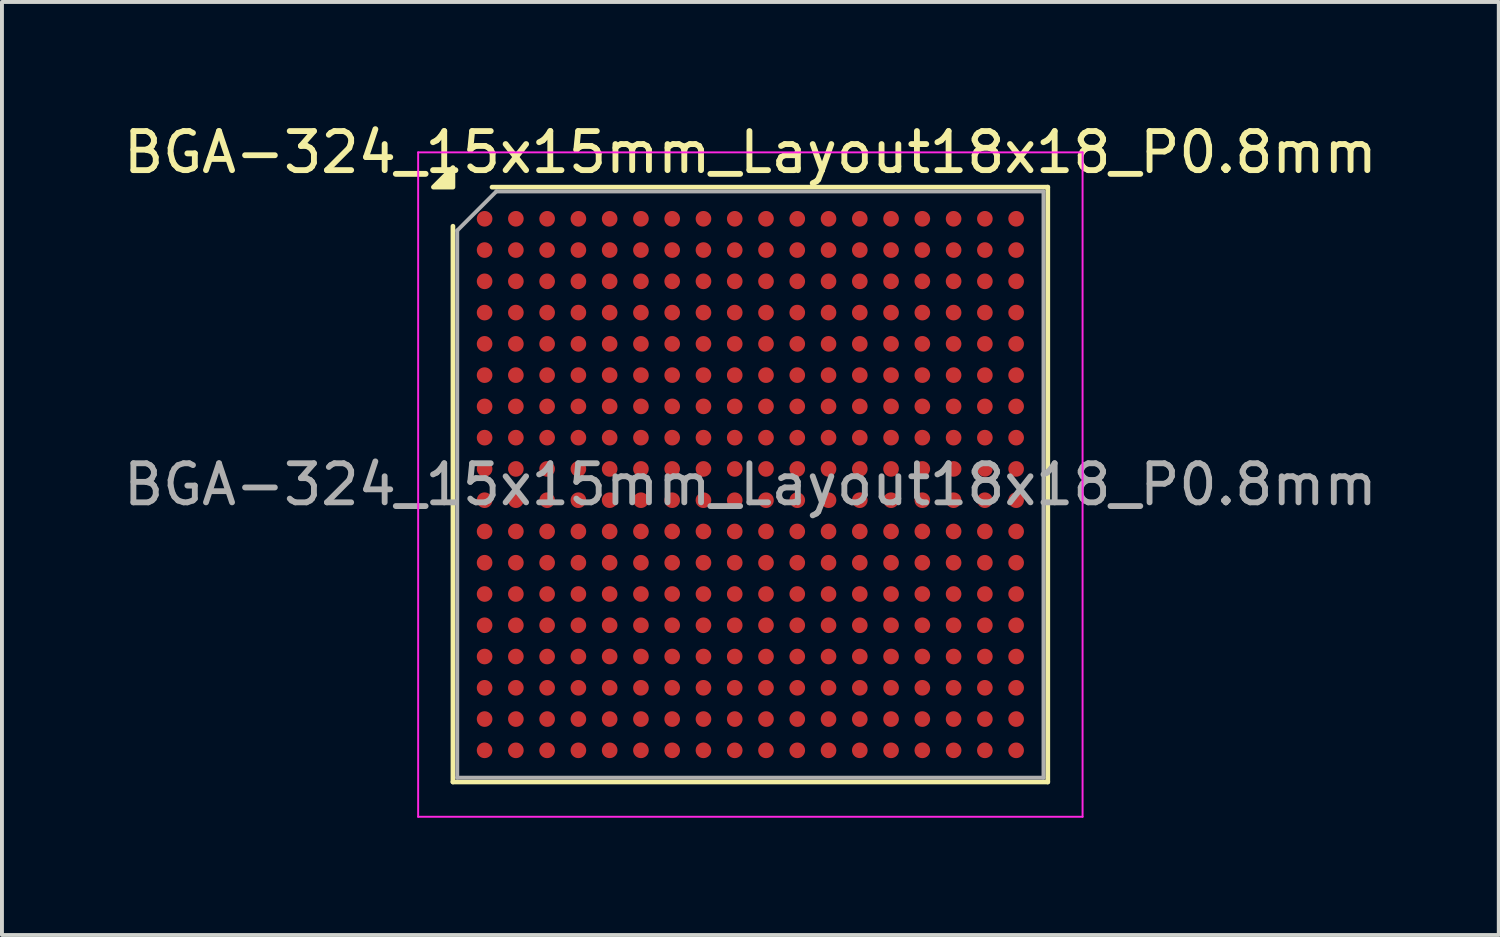
<source format=kicad_pcb>
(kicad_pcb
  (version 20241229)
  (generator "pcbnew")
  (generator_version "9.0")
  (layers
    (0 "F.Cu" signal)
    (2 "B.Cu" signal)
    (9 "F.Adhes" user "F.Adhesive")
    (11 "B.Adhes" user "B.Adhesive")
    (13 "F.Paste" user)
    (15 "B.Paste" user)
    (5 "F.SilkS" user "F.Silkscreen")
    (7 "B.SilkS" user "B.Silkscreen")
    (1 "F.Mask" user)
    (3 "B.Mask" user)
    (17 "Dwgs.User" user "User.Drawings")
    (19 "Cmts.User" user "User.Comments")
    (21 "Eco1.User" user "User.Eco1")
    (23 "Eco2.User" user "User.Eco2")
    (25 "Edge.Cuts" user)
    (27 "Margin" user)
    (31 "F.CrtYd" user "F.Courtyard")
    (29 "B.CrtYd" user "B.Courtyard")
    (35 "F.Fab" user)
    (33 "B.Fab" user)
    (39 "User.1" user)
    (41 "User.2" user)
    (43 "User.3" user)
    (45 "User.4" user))
  (footprint "BGA-324_15x15mm_Layout18x18_P0.8mm"
    (layer "F.Cu")
    (at 16.149 9.348)
    (property "Reference" "BGA-324_15x15mm_Layout18x18_P0.8mm" (at 0 -8.5 0) (layer "F.SilkS") (effects (font (size 1 1) (thickness 0.15))))
    (attr smd)
    (fp_line (start -7.61 7.61) (end -7.61 -6.61) (stroke (width 0.12) (type solid)) (layer "F.SilkS"))
    (fp_line (start -6.61 -7.61) (end 7.61 -7.61) (stroke (width 0.12) (type solid)) (layer "F.SilkS"))
    (fp_line (start 7.61 -7.61) (end 7.61 7.61) (stroke (width 0.12) (type solid)) (layer "F.SilkS"))
    (fp_line (start 7.61 7.61) (end -7.61 7.61) (stroke (width 0.12) (type solid)) (layer "F.SilkS"))
    (fp_poly (pts (xy -7.61 -7.61) (xy -8.11 -7.61) (xy -7.61 -8.11)) (stroke (width 0.12) (type solid)) (fill yes) (layer "F.SilkS"))
    (fp_line (start -8.5 -8.5) (end -8.5 8.5) (stroke (width 0.05) (type solid)) (layer "F.CrtYd"))
    (fp_line (start -8.5 8.5) (end 8.5 8.5) (stroke (width 0.05) (type solid)) (layer "F.CrtYd"))
    (fp_line (start 8.5 -8.5) (end -8.5 -8.5) (stroke (width 0.05) (type solid)) (layer "F.CrtYd"))
    (fp_line (start 8.5 8.5) (end 8.5 -8.5) (stroke (width 0.05) (type solid)) (layer "F.CrtYd"))
    (fp_line (start -7.5 -6.5) (end -6.5 -7.5) (stroke (width 0.1) (type solid)) (layer "F.Fab"))
    (fp_line (start -7.5 7.5) (end -7.5 -6.5) (stroke (width 0.1) (type solid)) (layer "F.Fab"))
    (fp_line (start -6.5 -7.5) (end 7.5 -7.5) (stroke (width 0.1) (type solid)) (layer "F.Fab"))
    (fp_line (start 7.5 -7.5) (end 7.5 7.5) (stroke (width 0.1) (type solid)) (layer "F.Fab"))
    (fp_line (start 7.5 7.5) (end -7.5 7.5) (stroke (width 0.1) (type solid)) (layer "F.Fab"))
    (fp_text user "${REFERENCE}" (at 0 0 0) (layer "F.Fab") (effects (font (size 1 1) (thickness 0.15))))
    (pad "A1" smd circle (at -6.8 -6.8) (size 0.4 0.4) (property pad_prop_bga) (layers "F.Cu" "F.Mask" "F.Paste"))
    (pad "A2" smd circle (at -6 -6.8) (size 0.4 0.4) (property pad_prop_bga) (layers "F.Cu" "F.Mask" "F.Paste"))
    (pad "A3" smd circle (at -5.2 -6.8) (size 0.4 0.4) (property pad_prop_bga) (layers "F.Cu" "F.Mask" "F.Paste"))
    (pad "A4" smd circle (at -4.4 -6.8) (size 0.4 0.4) (property pad_prop_bga) (layers "F.Cu" "F.Mask" "F.Paste"))
    (pad "A5" smd circle (at -3.6 -6.8) (size 0.4 0.4) (property pad_prop_bga) (layers "F.Cu" "F.Mask" "F.Paste"))
    (pad "A6" smd circle (at -2.8 -6.8) (size 0.4 0.4) (property pad_prop_bga) (layers "F.Cu" "F.Mask" "F.Paste"))
    (pad "A7" smd circle (at -2 -6.8) (size 0.4 0.4) (property pad_prop_bga) (layers "F.Cu" "F.Mask" "F.Paste"))
    (pad "A8" smd circle (at -1.2 -6.8) (size 0.4 0.4) (property pad_prop_bga) (layers "F.Cu" "F.Mask" "F.Paste"))
    (pad "A9" smd circle (at -0.4 -6.8) (size 0.4 0.4) (property pad_prop_bga) (layers "F.Cu" "F.Mask" "F.Paste"))
    (pad "A10" smd circle (at 0.4 -6.8) (size 0.4 0.4) (property pad_prop_bga) (layers "F.Cu" "F.Mask" "F.Paste"))
    (pad "A11" smd circle (at 1.2 -6.8) (size 0.4 0.4) (property pad_prop_bga) (layers "F.Cu" "F.Mask" "F.Paste"))
    (pad "A12" smd circle (at 2 -6.8) (size 0.4 0.4) (property pad_prop_bga) (layers "F.Cu" "F.Mask" "F.Paste"))
    (pad "A13" smd circle (at 2.8 -6.8) (size 0.4 0.4) (property pad_prop_bga) (layers "F.Cu" "F.Mask" "F.Paste"))
    (pad "A14" smd circle (at 3.6 -6.8) (size 0.4 0.4) (property pad_prop_bga) (layers "F.Cu" "F.Mask" "F.Paste"))
    (pad "A15" smd circle (at 4.4 -6.8) (size 0.4 0.4) (property pad_prop_bga) (layers "F.Cu" "F.Mask" "F.Paste"))
    (pad "A16" smd circle (at 5.2 -6.8) (size 0.4 0.4) (property pad_prop_bga) (layers "F.Cu" "F.Mask" "F.Paste"))
    (pad "A17" smd circle (at 6 -6.8) (size 0.4 0.4) (property pad_prop_bga) (layers "F.Cu" "F.Mask" "F.Paste"))
    (pad "A18" smd circle (at 6.8 -6.8) (size 0.4 0.4) (property pad_prop_bga) (layers "F.Cu" "F.Mask" "F.Paste"))
    (pad "B1" smd circle (at -6.8 -6) (size 0.4 0.4) (property pad_prop_bga) (layers "F.Cu" "F.Mask" "F.Paste"))
    (pad "B2" smd circle (at -6 -6) (size 0.4 0.4) (property pad_prop_bga) (layers "F.Cu" "F.Mask" "F.Paste"))
    (pad "B3" smd circle (at -5.2 -6) (size 0.4 0.4) (property pad_prop_bga) (layers "F.Cu" "F.Mask" "F.Paste"))
    (pad "B4" smd circle (at -4.4 -6) (size 0.4 0.4) (property pad_prop_bga) (layers "F.Cu" "F.Mask" "F.Paste"))
    (pad "B5" smd circle (at -3.6 -6) (size 0.4 0.4) (property pad_prop_bga) (layers "F.Cu" "F.Mask" "F.Paste"))
    (pad "B6" smd circle (at -2.8 -6) (size 0.4 0.4) (property pad_prop_bga) (layers "F.Cu" "F.Mask" "F.Paste"))
    (pad "B7" smd circle (at -2 -6) (size 0.4 0.4) (property pad_prop_bga) (layers "F.Cu" "F.Mask" "F.Paste"))
    (pad "B8" smd circle (at -1.2 -6) (size 0.4 0.4) (property pad_prop_bga) (layers "F.Cu" "F.Mask" "F.Paste"))
    (pad "B9" smd circle (at -0.4 -6) (size 0.4 0.4) (property pad_prop_bga) (layers "F.Cu" "F.Mask" "F.Paste"))
    (pad "B10" smd circle (at 0.4 -6) (size 0.4 0.4) (property pad_prop_bga) (layers "F.Cu" "F.Mask" "F.Paste"))
    (pad "B11" smd circle (at 1.2 -6) (size 0.4 0.4) (property pad_prop_bga) (layers "F.Cu" "F.Mask" "F.Paste"))
    (pad "B12" smd circle (at 2 -6) (size 0.4 0.4) (property pad_prop_bga) (layers "F.Cu" "F.Mask" "F.Paste"))
    (pad "B13" smd circle (at 2.8 -6) (size 0.4 0.4) (property pad_prop_bga) (layers "F.Cu" "F.Mask" "F.Paste"))
    (pad "B14" smd circle (at 3.6 -6) (size 0.4 0.4) (property pad_prop_bga) (layers "F.Cu" "F.Mask" "F.Paste"))
    (pad "B15" smd circle (at 4.4 -6) (size 0.4 0.4) (property pad_prop_bga) (layers "F.Cu" "F.Mask" "F.Paste"))
    (pad "B16" smd circle (at 5.2 -6) (size 0.4 0.4) (property pad_prop_bga) (layers "F.Cu" "F.Mask" "F.Paste"))
    (pad "B17" smd circle (at 6 -6) (size 0.4 0.4) (property pad_prop_bga) (layers "F.Cu" "F.Mask" "F.Paste"))
    (pad "B18" smd circle (at 6.8 -6) (size 0.4 0.4) (property pad_prop_bga) (layers "F.Cu" "F.Mask" "F.Paste"))
    (pad "C1" smd circle (at -6.8 -5.2) (size 0.4 0.4) (property pad_prop_bga) (layers "F.Cu" "F.Mask" "F.Paste"))
    (pad "C2" smd circle (at -6 -5.2) (size 0.4 0.4) (property pad_prop_bga) (layers "F.Cu" "F.Mask" "F.Paste"))
    (pad "C3" smd circle (at -5.2 -5.2) (size 0.4 0.4) (property pad_prop_bga) (layers "F.Cu" "F.Mask" "F.Paste"))
    (pad "C4" smd circle (at -4.4 -5.2) (size 0.4 0.4) (property pad_prop_bga) (layers "F.Cu" "F.Mask" "F.Paste"))
    (pad "C5" smd circle (at -3.6 -5.2) (size 0.4 0.4) (property pad_prop_bga) (layers "F.Cu" "F.Mask" "F.Paste"))
    (pad "C6" smd circle (at -2.8 -5.2) (size 0.4 0.4) (property pad_prop_bga) (layers "F.Cu" "F.Mask" "F.Paste"))
    (pad "C7" smd circle (at -2 -5.2) (size 0.4 0.4) (property pad_prop_bga) (layers "F.Cu" "F.Mask" "F.Paste"))
    (pad "C8" smd circle (at -1.2 -5.2) (size 0.4 0.4) (property pad_prop_bga) (layers "F.Cu" "F.Mask" "F.Paste"))
    (pad "C9" smd circle (at -0.4 -5.2) (size 0.4 0.4) (property pad_prop_bga) (layers "F.Cu" "F.Mask" "F.Paste"))
    (pad "C10" smd circle (at 0.4 -5.2) (size 0.4 0.4) (property pad_prop_bga) (layers "F.Cu" "F.Mask" "F.Paste"))
    (pad "C11" smd circle (at 1.2 -5.2) (size 0.4 0.4) (property pad_prop_bga) (layers "F.Cu" "F.Mask" "F.Paste"))
    (pad "C12" smd circle (at 2 -5.2) (size 0.4 0.4) (property pad_prop_bga) (layers "F.Cu" "F.Mask" "F.Paste"))
    (pad "C13" smd circle (at 2.8 -5.2) (size 0.4 0.4) (property pad_prop_bga) (layers "F.Cu" "F.Mask" "F.Paste"))
    (pad "C14" smd circle (at 3.6 -5.2) (size 0.4 0.4) (property pad_prop_bga) (layers "F.Cu" "F.Mask" "F.Paste"))
    (pad "C15" smd circle (at 4.4 -5.2) (size 0.4 0.4) (property pad_prop_bga) (layers "F.Cu" "F.Mask" "F.Paste"))
    (pad "C16" smd circle (at 5.2 -5.2) (size 0.4 0.4) (property pad_prop_bga) (layers "F.Cu" "F.Mask" "F.Paste"))
    (pad "C17" smd circle (at 6 -5.2) (size 0.4 0.4) (property pad_prop_bga) (layers "F.Cu" "F.Mask" "F.Paste"))
    (pad "C18" smd circle (at 6.8 -5.2) (size 0.4 0.4) (property pad_prop_bga) (layers "F.Cu" "F.Mask" "F.Paste"))
    (pad "D1" smd circle (at -6.8 -4.4) (size 0.4 0.4) (property pad_prop_bga) (layers "F.Cu" "F.Mask" "F.Paste"))
    (pad "D2" smd circle (at -6 -4.4) (size 0.4 0.4) (property pad_prop_bga) (layers "F.Cu" "F.Mask" "F.Paste"))
    (pad "D3" smd circle (at -5.2 -4.4) (size 0.4 0.4) (property pad_prop_bga) (layers "F.Cu" "F.Mask" "F.Paste"))
    (pad "D4" smd circle (at -4.4 -4.4) (size 0.4 0.4) (property pad_prop_bga) (layers "F.Cu" "F.Mask" "F.Paste"))
    (pad "D5" smd circle (at -3.6 -4.4) (size 0.4 0.4) (property pad_prop_bga) (layers "F.Cu" "F.Mask" "F.Paste"))
    (pad "D6" smd circle (at -2.8 -4.4) (size 0.4 0.4) (property pad_prop_bga) (layers "F.Cu" "F.Mask" "F.Paste"))
    (pad "D7" smd circle (at -2 -4.4) (size 0.4 0.4) (property pad_prop_bga) (layers "F.Cu" "F.Mask" "F.Paste"))
    (pad "D8" smd circle (at -1.2 -4.4) (size 0.4 0.4) (property pad_prop_bga) (layers "F.Cu" "F.Mask" "F.Paste"))
    (pad "D9" smd circle (at -0.4 -4.4) (size 0.4 0.4) (property pad_prop_bga) (layers "F.Cu" "F.Mask" "F.Paste"))
    (pad "D10" smd circle (at 0.4 -4.4) (size 0.4 0.4) (property pad_prop_bga) (layers "F.Cu" "F.Mask" "F.Paste"))
    (pad "D11" smd circle (at 1.2 -4.4) (size 0.4 0.4) (property pad_prop_bga) (layers "F.Cu" "F.Mask" "F.Paste"))
    (pad "D12" smd circle (at 2 -4.4) (size 0.4 0.4) (property pad_prop_bga) (layers "F.Cu" "F.Mask" "F.Paste"))
    (pad "D13" smd circle (at 2.8 -4.4) (size 0.4 0.4) (property pad_prop_bga) (layers "F.Cu" "F.Mask" "F.Paste"))
    (pad "D14" smd circle (at 3.6 -4.4) (size 0.4 0.4) (property pad_prop_bga) (layers "F.Cu" "F.Mask" "F.Paste"))
    (pad "D15" smd circle (at 4.4 -4.4) (size 0.4 0.4) (property pad_prop_bga) (layers "F.Cu" "F.Mask" "F.Paste"))
    (pad "D16" smd circle (at 5.2 -4.4) (size 0.4 0.4) (property pad_prop_bga) (layers "F.Cu" "F.Mask" "F.Paste"))
    (pad "D17" smd circle (at 6 -4.4) (size 0.4 0.4) (property pad_prop_bga) (layers "F.Cu" "F.Mask" "F.Paste"))
    (pad "D18" smd circle (at 6.8 -4.4) (size 0.4 0.4) (property pad_prop_bga) (layers "F.Cu" "F.Mask" "F.Paste"))
    (pad "E1" smd circle (at -6.8 -3.6) (size 0.4 0.4) (property pad_prop_bga) (layers "F.Cu" "F.Mask" "F.Paste"))
    (pad "E2" smd circle (at -6 -3.6) (size 0.4 0.4) (property pad_prop_bga) (layers "F.Cu" "F.Mask" "F.Paste"))
    (pad "E3" smd circle (at -5.2 -3.6) (size 0.4 0.4) (property pad_prop_bga) (layers "F.Cu" "F.Mask" "F.Paste"))
    (pad "E4" smd circle (at -4.4 -3.6) (size 0.4 0.4) (property pad_prop_bga) (layers "F.Cu" "F.Mask" "F.Paste"))
    (pad "E5" smd circle (at -3.6 -3.6) (size 0.4 0.4) (property pad_prop_bga) (layers "F.Cu" "F.Mask" "F.Paste"))
    (pad "E6" smd circle (at -2.8 -3.6) (size 0.4 0.4) (property pad_prop_bga) (layers "F.Cu" "F.Mask" "F.Paste"))
    (pad "E7" smd circle (at -2 -3.6) (size 0.4 0.4) (property pad_prop_bga) (layers "F.Cu" "F.Mask" "F.Paste"))
    (pad "E8" smd circle (at -1.2 -3.6) (size 0.4 0.4) (property pad_prop_bga) (layers "F.Cu" "F.Mask" "F.Paste"))
    (pad "E9" smd circle (at -0.4 -3.6) (size 0.4 0.4) (property pad_prop_bga) (layers "F.Cu" "F.Mask" "F.Paste"))
    (pad "E10" smd circle (at 0.4 -3.6) (size 0.4 0.4) (property pad_prop_bga) (layers "F.Cu" "F.Mask" "F.Paste"))
    (pad "E11" smd circle (at 1.2 -3.6) (size 0.4 0.4) (property pad_prop_bga) (layers "F.Cu" "F.Mask" "F.Paste"))
    (pad "E12" smd circle (at 2 -3.6) (size 0.4 0.4) (property pad_prop_bga) (layers "F.Cu" "F.Mask" "F.Paste"))
    (pad "E13" smd circle (at 2.8 -3.6) (size 0.4 0.4) (property pad_prop_bga) (layers "F.Cu" "F.Mask" "F.Paste"))
    (pad "E14" smd circle (at 3.6 -3.6) (size 0.4 0.4) (property pad_prop_bga) (layers "F.Cu" "F.Mask" "F.Paste"))
    (pad "E15" smd circle (at 4.4 -3.6) (size 0.4 0.4) (property pad_prop_bga) (layers "F.Cu" "F.Mask" "F.Paste"))
    (pad "E16" smd circle (at 5.2 -3.6) (size 0.4 0.4) (property pad_prop_bga) (layers "F.Cu" "F.Mask" "F.Paste"))
    (pad "E17" smd circle (at 6 -3.6) (size 0.4 0.4) (property pad_prop_bga) (layers "F.Cu" "F.Mask" "F.Paste"))
    (pad "E18" smd circle (at 6.8 -3.6) (size 0.4 0.4) (property pad_prop_bga) (layers "F.Cu" "F.Mask" "F.Paste"))
    (pad "F1" smd circle (at -6.8 -2.8) (size 0.4 0.4) (property pad_prop_bga) (layers "F.Cu" "F.Mask" "F.Paste"))
    (pad "F2" smd circle (at -6 -2.8) (size 0.4 0.4) (property pad_prop_bga) (layers "F.Cu" "F.Mask" "F.Paste"))
    (pad "F3" smd circle (at -5.2 -2.8) (size 0.4 0.4) (property pad_prop_bga) (layers "F.Cu" "F.Mask" "F.Paste"))
    (pad "F4" smd circle (at -4.4 -2.8) (size 0.4 0.4) (property pad_prop_bga) (layers "F.Cu" "F.Mask" "F.Paste"))
    (pad "F5" smd circle (at -3.6 -2.8) (size 0.4 0.4) (property pad_prop_bga) (layers "F.Cu" "F.Mask" "F.Paste"))
    (pad "F6" smd circle (at -2.8 -2.8) (size 0.4 0.4) (property pad_prop_bga) (layers "F.Cu" "F.Mask" "F.Paste"))
    (pad "F7" smd circle (at -2 -2.8) (size 0.4 0.4) (property pad_prop_bga) (layers "F.Cu" "F.Mask" "F.Paste"))
    (pad "F8" smd circle (at -1.2 -2.8) (size 0.4 0.4) (property pad_prop_bga) (layers "F.Cu" "F.Mask" "F.Paste"))
    (pad "F9" smd circle (at -0.4 -2.8) (size 0.4 0.4) (property pad_prop_bga) (layers "F.Cu" "F.Mask" "F.Paste"))
    (pad "F10" smd circle (at 0.4 -2.8) (size 0.4 0.4) (property pad_prop_bga) (layers "F.Cu" "F.Mask" "F.Paste"))
    (pad "F11" smd circle (at 1.2 -2.8) (size 0.4 0.4) (property pad_prop_bga) (layers "F.Cu" "F.Mask" "F.Paste"))
    (pad "F12" smd circle (at 2 -2.8) (size 0.4 0.4) (property pad_prop_bga) (layers "F.Cu" "F.Mask" "F.Paste"))
    (pad "F13" smd circle (at 2.8 -2.8) (size 0.4 0.4) (property pad_prop_bga) (layers "F.Cu" "F.Mask" "F.Paste"))
    (pad "F14" smd circle (at 3.6 -2.8) (size 0.4 0.4) (property pad_prop_bga) (layers "F.Cu" "F.Mask" "F.Paste"))
    (pad "F15" smd circle (at 4.4 -2.8) (size 0.4 0.4) (property pad_prop_bga) (layers "F.Cu" "F.Mask" "F.Paste"))
    (pad "F16" smd circle (at 5.2 -2.8) (size 0.4 0.4) (property pad_prop_bga) (layers "F.Cu" "F.Mask" "F.Paste"))
    (pad "F17" smd circle (at 6 -2.8) (size 0.4 0.4) (property pad_prop_bga) (layers "F.Cu" "F.Mask" "F.Paste"))
    (pad "F18" smd circle (at 6.8 -2.8) (size 0.4 0.4) (property pad_prop_bga) (layers "F.Cu" "F.Mask" "F.Paste"))
    (pad "G1" smd circle (at -6.8 -2) (size 0.4 0.4) (property pad_prop_bga) (layers "F.Cu" "F.Mask" "F.Paste"))
    (pad "G2" smd circle (at -6 -2) (size 0.4 0.4) (property pad_prop_bga) (layers "F.Cu" "F.Mask" "F.Paste"))
    (pad "G3" smd circle (at -5.2 -2) (size 0.4 0.4) (property pad_prop_bga) (layers "F.Cu" "F.Mask" "F.Paste"))
    (pad "G4" smd circle (at -4.4 -2) (size 0.4 0.4) (property pad_prop_bga) (layers "F.Cu" "F.Mask" "F.Paste"))
    (pad "G5" smd circle (at -3.6 -2) (size 0.4 0.4) (property pad_prop_bga) (layers "F.Cu" "F.Mask" "F.Paste"))
    (pad "G6" smd circle (at -2.8 -2) (size 0.4 0.4) (property pad_prop_bga) (layers "F.Cu" "F.Mask" "F.Paste"))
    (pad "G7" smd circle (at -2 -2) (size 0.4 0.4) (property pad_prop_bga) (layers "F.Cu" "F.Mask" "F.Paste"))
    (pad "G8" smd circle (at -1.2 -2) (size 0.4 0.4) (property pad_prop_bga) (layers "F.Cu" "F.Mask" "F.Paste"))
    (pad "G9" smd circle (at -0.4 -2) (size 0.4 0.4) (property pad_prop_bga) (layers "F.Cu" "F.Mask" "F.Paste"))
    (pad "G10" smd circle (at 0.4 -2) (size 0.4 0.4) (property pad_prop_bga) (layers "F.Cu" "F.Mask" "F.Paste"))
    (pad "G11" smd circle (at 1.2 -2) (size 0.4 0.4) (property pad_prop_bga) (layers "F.Cu" "F.Mask" "F.Paste"))
    (pad "G12" smd circle (at 2 -2) (size 0.4 0.4) (property pad_prop_bga) (layers "F.Cu" "F.Mask" "F.Paste"))
    (pad "G13" smd circle (at 2.8 -2) (size 0.4 0.4) (property pad_prop_bga) (layers "F.Cu" "F.Mask" "F.Paste"))
    (pad "G14" smd circle (at 3.6 -2) (size 0.4 0.4) (property pad_prop_bga) (layers "F.Cu" "F.Mask" "F.Paste"))
    (pad "G15" smd circle (at 4.4 -2) (size 0.4 0.4) (property pad_prop_bga) (layers "F.Cu" "F.Mask" "F.Paste"))
    (pad "G16" smd circle (at 5.2 -2) (size 0.4 0.4) (property pad_prop_bga) (layers "F.Cu" "F.Mask" "F.Paste"))
    (pad "G17" smd circle (at 6 -2) (size 0.4 0.4) (property pad_prop_bga) (layers "F.Cu" "F.Mask" "F.Paste"))
    (pad "G18" smd circle (at 6.8 -2) (size 0.4 0.4) (property pad_prop_bga) (layers "F.Cu" "F.Mask" "F.Paste"))
    (pad "H1" smd circle (at -6.8 -1.2) (size 0.4 0.4) (property pad_prop_bga) (layers "F.Cu" "F.Mask" "F.Paste"))
    (pad "H2" smd circle (at -6 -1.2) (size 0.4 0.4) (property pad_prop_bga) (layers "F.Cu" "F.Mask" "F.Paste"))
    (pad "H3" smd circle (at -5.2 -1.2) (size 0.4 0.4) (property pad_prop_bga) (layers "F.Cu" "F.Mask" "F.Paste"))
    (pad "H4" smd circle (at -4.4 -1.2) (size 0.4 0.4) (property pad_prop_bga) (layers "F.Cu" "F.Mask" "F.Paste"))
    (pad "H5" smd circle (at -3.6 -1.2) (size 0.4 0.4) (property pad_prop_bga) (layers "F.Cu" "F.Mask" "F.Paste"))
    (pad "H6" smd circle (at -2.8 -1.2) (size 0.4 0.4) (property pad_prop_bga) (layers "F.Cu" "F.Mask" "F.Paste"))
    (pad "H7" smd circle (at -2 -1.2) (size 0.4 0.4) (property pad_prop_bga) (layers "F.Cu" "F.Mask" "F.Paste"))
    (pad "H8" smd circle (at -1.2 -1.2) (size 0.4 0.4) (property pad_prop_bga) (layers "F.Cu" "F.Mask" "F.Paste"))
    (pad "H9" smd circle (at -0.4 -1.2) (size 0.4 0.4) (property pad_prop_bga) (layers "F.Cu" "F.Mask" "F.Paste"))
    (pad "H10" smd circle (at 0.4 -1.2) (size 0.4 0.4) (property pad_prop_bga) (layers "F.Cu" "F.Mask" "F.Paste"))
    (pad "H11" smd circle (at 1.2 -1.2) (size 0.4 0.4) (property pad_prop_bga) (layers "F.Cu" "F.Mask" "F.Paste"))
    (pad "H12" smd circle (at 2 -1.2) (size 0.4 0.4) (property pad_prop_bga) (layers "F.Cu" "F.Mask" "F.Paste"))
    (pad "H13" smd circle (at 2.8 -1.2) (size 0.4 0.4) (property pad_prop_bga) (layers "F.Cu" "F.Mask" "F.Paste"))
    (pad "H14" smd circle (at 3.6 -1.2) (size 0.4 0.4) (property pad_prop_bga) (layers "F.Cu" "F.Mask" "F.Paste"))
    (pad "H15" smd circle (at 4.4 -1.2) (size 0.4 0.4) (property pad_prop_bga) (layers "F.Cu" "F.Mask" "F.Paste"))
    (pad "H16" smd circle (at 5.2 -1.2) (size 0.4 0.4) (property pad_prop_bga) (layers "F.Cu" "F.Mask" "F.Paste"))
    (pad "H17" smd circle (at 6 -1.2) (size 0.4 0.4) (property pad_prop_bga) (layers "F.Cu" "F.Mask" "F.Paste"))
    (pad "H18" smd circle (at 6.8 -1.2) (size 0.4 0.4) (property pad_prop_bga) (layers "F.Cu" "F.Mask" "F.Paste"))
    (pad "J1" smd circle (at -6.8 -0.4) (size 0.4 0.4) (property pad_prop_bga) (layers "F.Cu" "F.Mask" "F.Paste"))
    (pad "J2" smd circle (at -6 -0.4) (size 0.4 0.4) (property pad_prop_bga) (layers "F.Cu" "F.Mask" "F.Paste"))
    (pad "J3" smd circle (at -5.2 -0.4) (size 0.4 0.4) (property pad_prop_bga) (layers "F.Cu" "F.Mask" "F.Paste"))
    (pad "J4" smd circle (at -4.4 -0.4) (size 0.4 0.4) (property pad_prop_bga) (layers "F.Cu" "F.Mask" "F.Paste"))
    (pad "J5" smd circle (at -3.6 -0.4) (size 0.4 0.4) (property pad_prop_bga) (layers "F.Cu" "F.Mask" "F.Paste"))
    (pad "J6" smd circle (at -2.8 -0.4) (size 0.4 0.4) (property pad_prop_bga) (layers "F.Cu" "F.Mask" "F.Paste"))
    (pad "J7" smd circle (at -2 -0.4) (size 0.4 0.4) (property pad_prop_bga) (layers "F.Cu" "F.Mask" "F.Paste"))
    (pad "J8" smd circle (at -1.2 -0.4) (size 0.4 0.4) (property pad_prop_bga) (layers "F.Cu" "F.Mask" "F.Paste"))
    (pad "J9" smd circle (at -0.4 -0.4) (size 0.4 0.4) (property pad_prop_bga) (layers "F.Cu" "F.Mask" "F.Paste"))
    (pad "J10" smd circle (at 0.4 -0.4) (size 0.4 0.4) (property pad_prop_bga) (layers "F.Cu" "F.Mask" "F.Paste"))
    (pad "J11" smd circle (at 1.2 -0.4) (size 0.4 0.4) (property pad_prop_bga) (layers "F.Cu" "F.Mask" "F.Paste"))
    (pad "J12" smd circle (at 2 -0.4) (size 0.4 0.4) (property pad_prop_bga) (layers "F.Cu" "F.Mask" "F.Paste"))
    (pad "J13" smd circle (at 2.8 -0.4) (size 0.4 0.4) (property pad_prop_bga) (layers "F.Cu" "F.Mask" "F.Paste"))
    (pad "J14" smd circle (at 3.6 -0.4) (size 0.4 0.4) (property pad_prop_bga) (layers "F.Cu" "F.Mask" "F.Paste"))
    (pad "J15" smd circle (at 4.4 -0.4) (size 0.4 0.4) (property pad_prop_bga) (layers "F.Cu" "F.Mask" "F.Paste"))
    (pad "J16" smd circle (at 5.2 -0.4) (size 0.4 0.4) (property pad_prop_bga) (layers "F.Cu" "F.Mask" "F.Paste"))
    (pad "J17" smd circle (at 6 -0.4) (size 0.4 0.4) (property pad_prop_bga) (layers "F.Cu" "F.Mask" "F.Paste"))
    (pad "J18" smd circle (at 6.8 -0.4) (size 0.4 0.4) (property pad_prop_bga) (layers "F.Cu" "F.Mask" "F.Paste"))
    (pad "K1" smd circle (at -6.8 0.4) (size 0.4 0.4) (property pad_prop_bga) (layers "F.Cu" "F.Mask" "F.Paste"))
    (pad "K2" smd circle (at -6 0.4) (size 0.4 0.4) (property pad_prop_bga) (layers "F.Cu" "F.Mask" "F.Paste"))
    (pad "K3" smd circle (at -5.2 0.4) (size 0.4 0.4) (property pad_prop_bga) (layers "F.Cu" "F.Mask" "F.Paste"))
    (pad "K4" smd circle (at -4.4 0.4) (size 0.4 0.4) (property pad_prop_bga) (layers "F.Cu" "F.Mask" "F.Paste"))
    (pad "K5" smd circle (at -3.6 0.4) (size 0.4 0.4) (property pad_prop_bga) (layers "F.Cu" "F.Mask" "F.Paste"))
    (pad "K6" smd circle (at -2.8 0.4) (size 0.4 0.4) (property pad_prop_bga) (layers "F.Cu" "F.Mask" "F.Paste"))
    (pad "K7" smd circle (at -2 0.4) (size 0.4 0.4) (property pad_prop_bga) (layers "F.Cu" "F.Mask" "F.Paste"))
    (pad "K8" smd circle (at -1.2 0.4) (size 0.4 0.4) (property pad_prop_bga) (layers "F.Cu" "F.Mask" "F.Paste"))
    (pad "K9" smd circle (at -0.4 0.4) (size 0.4 0.4) (property pad_prop_bga) (layers "F.Cu" "F.Mask" "F.Paste"))
    (pad "K10" smd circle (at 0.4 0.4) (size 0.4 0.4) (property pad_prop_bga) (layers "F.Cu" "F.Mask" "F.Paste"))
    (pad "K11" smd circle (at 1.2 0.4) (size 0.4 0.4) (property pad_prop_bga) (layers "F.Cu" "F.Mask" "F.Paste"))
    (pad "K12" smd circle (at 2 0.4) (size 0.4 0.4) (property pad_prop_bga) (layers "F.Cu" "F.Mask" "F.Paste"))
    (pad "K13" smd circle (at 2.8 0.4) (size 0.4 0.4) (property pad_prop_bga) (layers "F.Cu" "F.Mask" "F.Paste"))
    (pad "K14" smd circle (at 3.6 0.4) (size 0.4 0.4) (property pad_prop_bga) (layers "F.Cu" "F.Mask" "F.Paste"))
    (pad "K15" smd circle (at 4.4 0.4) (size 0.4 0.4) (property pad_prop_bga) (layers "F.Cu" "F.Mask" "F.Paste"))
    (pad "K16" smd circle (at 5.2 0.4) (size 0.4 0.4) (property pad_prop_bga) (layers "F.Cu" "F.Mask" "F.Paste"))
    (pad "K17" smd circle (at 6 0.4) (size 0.4 0.4) (property pad_prop_bga) (layers "F.Cu" "F.Mask" "F.Paste"))
    (pad "K18" smd circle (at 6.8 0.4) (size 0.4 0.4) (property pad_prop_bga) (layers "F.Cu" "F.Mask" "F.Paste"))
    (pad "L1" smd circle (at -6.8 1.2) (size 0.4 0.4) (property pad_prop_bga) (layers "F.Cu" "F.Mask" "F.Paste"))
    (pad "L2" smd circle (at -6 1.2) (size 0.4 0.4) (property pad_prop_bga) (layers "F.Cu" "F.Mask" "F.Paste"))
    (pad "L3" smd circle (at -5.2 1.2) (size 0.4 0.4) (property pad_prop_bga) (layers "F.Cu" "F.Mask" "F.Paste"))
    (pad "L4" smd circle (at -4.4 1.2) (size 0.4 0.4) (property pad_prop_bga) (layers "F.Cu" "F.Mask" "F.Paste"))
    (pad "L5" smd circle (at -3.6 1.2) (size 0.4 0.4) (property pad_prop_bga) (layers "F.Cu" "F.Mask" "F.Paste"))
    (pad "L6" smd circle (at -2.8 1.2) (size 0.4 0.4) (property pad_prop_bga) (layers "F.Cu" "F.Mask" "F.Paste"))
    (pad "L7" smd circle (at -2 1.2) (size 0.4 0.4) (property pad_prop_bga) (layers "F.Cu" "F.Mask" "F.Paste"))
    (pad "L8" smd circle (at -1.2 1.2) (size 0.4 0.4) (property pad_prop_bga) (layers "F.Cu" "F.Mask" "F.Paste"))
    (pad "L9" smd circle (at -0.4 1.2) (size 0.4 0.4) (property pad_prop_bga) (layers "F.Cu" "F.Mask" "F.Paste"))
    (pad "L10" smd circle (at 0.4 1.2) (size 0.4 0.4) (property pad_prop_bga) (layers "F.Cu" "F.Mask" "F.Paste"))
    (pad "L11" smd circle (at 1.2 1.2) (size 0.4 0.4) (property pad_prop_bga) (layers "F.Cu" "F.Mask" "F.Paste"))
    (pad "L12" smd circle (at 2 1.2) (size 0.4 0.4) (property pad_prop_bga) (layers "F.Cu" "F.Mask" "F.Paste"))
    (pad "L13" smd circle (at 2.8 1.2) (size 0.4 0.4) (property pad_prop_bga) (layers "F.Cu" "F.Mask" "F.Paste"))
    (pad "L14" smd circle (at 3.6 1.2) (size 0.4 0.4) (property pad_prop_bga) (layers "F.Cu" "F.Mask" "F.Paste"))
    (pad "L15" smd circle (at 4.4 1.2) (size 0.4 0.4) (property pad_prop_bga) (layers "F.Cu" "F.Mask" "F.Paste"))
    (pad "L16" smd circle (at 5.2 1.2) (size 0.4 0.4) (property pad_prop_bga) (layers "F.Cu" "F.Mask" "F.Paste"))
    (pad "L17" smd circle (at 6 1.2) (size 0.4 0.4) (property pad_prop_bga) (layers "F.Cu" "F.Mask" "F.Paste"))
    (pad "L18" smd circle (at 6.8 1.2) (size 0.4 0.4) (property pad_prop_bga) (layers "F.Cu" "F.Mask" "F.Paste"))
    (pad "M1" smd circle (at -6.8 2) (size 0.4 0.4) (property pad_prop_bga) (layers "F.Cu" "F.Mask" "F.Paste"))
    (pad "M2" smd circle (at -6 2) (size 0.4 0.4) (property pad_prop_bga) (layers "F.Cu" "F.Mask" "F.Paste"))
    (pad "M3" smd circle (at -5.2 2) (size 0.4 0.4) (property pad_prop_bga) (layers "F.Cu" "F.Mask" "F.Paste"))
    (pad "M4" smd circle (at -4.4 2) (size 0.4 0.4) (property pad_prop_bga) (layers "F.Cu" "F.Mask" "F.Paste"))
    (pad "M5" smd circle (at -3.6 2) (size 0.4 0.4) (property pad_prop_bga) (layers "F.Cu" "F.Mask" "F.Paste"))
    (pad "M6" smd circle (at -2.8 2) (size 0.4 0.4) (property pad_prop_bga) (layers "F.Cu" "F.Mask" "F.Paste"))
    (pad "M7" smd circle (at -2 2) (size 0.4 0.4) (property pad_prop_bga) (layers "F.Cu" "F.Mask" "F.Paste"))
    (pad "M8" smd circle (at -1.2 2) (size 0.4 0.4) (property pad_prop_bga) (layers "F.Cu" "F.Mask" "F.Paste"))
    (pad "M9" smd circle (at -0.4 2) (size 0.4 0.4) (property pad_prop_bga) (layers "F.Cu" "F.Mask" "F.Paste"))
    (pad "M10" smd circle (at 0.4 2) (size 0.4 0.4) (property pad_prop_bga) (layers "F.Cu" "F.Mask" "F.Paste"))
    (pad "M11" smd circle (at 1.2 2) (size 0.4 0.4) (property pad_prop_bga) (layers "F.Cu" "F.Mask" "F.Paste"))
    (pad "M12" smd circle (at 2 2) (size 0.4 0.4) (property pad_prop_bga) (layers "F.Cu" "F.Mask" "F.Paste"))
    (pad "M13" smd circle (at 2.8 2) (size 0.4 0.4) (property pad_prop_bga) (layers "F.Cu" "F.Mask" "F.Paste"))
    (pad "M14" smd circle (at 3.6 2) (size 0.4 0.4) (property pad_prop_bga) (layers "F.Cu" "F.Mask" "F.Paste"))
    (pad "M15" smd circle (at 4.4 2) (size 0.4 0.4) (property pad_prop_bga) (layers "F.Cu" "F.Mask" "F.Paste"))
    (pad "M16" smd circle (at 5.2 2) (size 0.4 0.4) (property pad_prop_bga) (layers "F.Cu" "F.Mask" "F.Paste"))
    (pad "M17" smd circle (at 6 2) (size 0.4 0.4) (property pad_prop_bga) (layers "F.Cu" "F.Mask" "F.Paste"))
    (pad "M18" smd circle (at 6.8 2) (size 0.4 0.4) (property pad_prop_bga) (layers "F.Cu" "F.Mask" "F.Paste"))
    (pad "N1" smd circle (at -6.8 2.8) (size 0.4 0.4) (property pad_prop_bga) (layers "F.Cu" "F.Mask" "F.Paste"))
    (pad "N2" smd circle (at -6 2.8) (size 0.4 0.4) (property pad_prop_bga) (layers "F.Cu" "F.Mask" "F.Paste"))
    (pad "N3" smd circle (at -5.2 2.8) (size 0.4 0.4) (property pad_prop_bga) (layers "F.Cu" "F.Mask" "F.Paste"))
    (pad "N4" smd circle (at -4.4 2.8) (size 0.4 0.4) (property pad_prop_bga) (layers "F.Cu" "F.Mask" "F.Paste"))
    (pad "N5" smd circle (at -3.6 2.8) (size 0.4 0.4) (property pad_prop_bga) (layers "F.Cu" "F.Mask" "F.Paste"))
    (pad "N6" smd circle (at -2.8 2.8) (size 0.4 0.4) (property pad_prop_bga) (layers "F.Cu" "F.Mask" "F.Paste"))
    (pad "N7" smd circle (at -2 2.8) (size 0.4 0.4) (property pad_prop_bga) (layers "F.Cu" "F.Mask" "F.Paste"))
    (pad "N8" smd circle (at -1.2 2.8) (size 0.4 0.4) (property pad_prop_bga) (layers "F.Cu" "F.Mask" "F.Paste"))
    (pad "N9" smd circle (at -0.4 2.8) (size 0.4 0.4) (property pad_prop_bga) (layers "F.Cu" "F.Mask" "F.Paste"))
    (pad "N10" smd circle (at 0.4 2.8) (size 0.4 0.4) (property pad_prop_bga) (layers "F.Cu" "F.Mask" "F.Paste"))
    (pad "N11" smd circle (at 1.2 2.8) (size 0.4 0.4) (property pad_prop_bga) (layers "F.Cu" "F.Mask" "F.Paste"))
    (pad "N12" smd circle (at 2 2.8) (size 0.4 0.4) (property pad_prop_bga) (layers "F.Cu" "F.Mask" "F.Paste"))
    (pad "N13" smd circle (at 2.8 2.8) (size 0.4 0.4) (property pad_prop_bga) (layers "F.Cu" "F.Mask" "F.Paste"))
    (pad "N14" smd circle (at 3.6 2.8) (size 0.4 0.4) (property pad_prop_bga) (layers "F.Cu" "F.Mask" "F.Paste"))
    (pad "N15" smd circle (at 4.4 2.8) (size 0.4 0.4) (property pad_prop_bga) (layers "F.Cu" "F.Mask" "F.Paste"))
    (pad "N16" smd circle (at 5.2 2.8) (size 0.4 0.4) (property pad_prop_bga) (layers "F.Cu" "F.Mask" "F.Paste"))
    (pad "N17" smd circle (at 6 2.8) (size 0.4 0.4) (property pad_prop_bga) (layers "F.Cu" "F.Mask" "F.Paste"))
    (pad "N18" smd circle (at 6.8 2.8) (size 0.4 0.4) (property pad_prop_bga) (layers "F.Cu" "F.Mask" "F.Paste"))
    (pad "P1" smd circle (at -6.8 3.6) (size 0.4 0.4) (property pad_prop_bga) (layers "F.Cu" "F.Mask" "F.Paste"))
    (pad "P2" smd circle (at -6 3.6) (size 0.4 0.4) (property pad_prop_bga) (layers "F.Cu" "F.Mask" "F.Paste"))
    (pad "P3" smd circle (at -5.2 3.6) (size 0.4 0.4) (property pad_prop_bga) (layers "F.Cu" "F.Mask" "F.Paste"))
    (pad "P4" smd circle (at -4.4 3.6) (size 0.4 0.4) (property pad_prop_bga) (layers "F.Cu" "F.Mask" "F.Paste"))
    (pad "P5" smd circle (at -3.6 3.6) (size 0.4 0.4) (property pad_prop_bga) (layers "F.Cu" "F.Mask" "F.Paste"))
    (pad "P6" smd circle (at -2.8 3.6) (size 0.4 0.4) (property pad_prop_bga) (layers "F.Cu" "F.Mask" "F.Paste"))
    (pad "P7" smd circle (at -2 3.6) (size 0.4 0.4) (property pad_prop_bga) (layers "F.Cu" "F.Mask" "F.Paste"))
    (pad "P8" smd circle (at -1.2 3.6) (size 0.4 0.4) (property pad_prop_bga) (layers "F.Cu" "F.Mask" "F.Paste"))
    (pad "P9" smd circle (at -0.4 3.6) (size 0.4 0.4) (property pad_prop_bga) (layers "F.Cu" "F.Mask" "F.Paste"))
    (pad "P10" smd circle (at 0.4 3.6) (size 0.4 0.4) (property pad_prop_bga) (layers "F.Cu" "F.Mask" "F.Paste"))
    (pad "P11" smd circle (at 1.2 3.6) (size 0.4 0.4) (property pad_prop_bga) (layers "F.Cu" "F.Mask" "F.Paste"))
    (pad "P12" smd circle (at 2 3.6) (size 0.4 0.4) (property pad_prop_bga) (layers "F.Cu" "F.Mask" "F.Paste"))
    (pad "P13" smd circle (at 2.8 3.6) (size 0.4 0.4) (property pad_prop_bga) (layers "F.Cu" "F.Mask" "F.Paste"))
    (pad "P14" smd circle (at 3.6 3.6) (size 0.4 0.4) (property pad_prop_bga) (layers "F.Cu" "F.Mask" "F.Paste"))
    (pad "P15" smd circle (at 4.4 3.6) (size 0.4 0.4) (property pad_prop_bga) (layers "F.Cu" "F.Mask" "F.Paste"))
    (pad "P16" smd circle (at 5.2 3.6) (size 0.4 0.4) (property pad_prop_bga) (layers "F.Cu" "F.Mask" "F.Paste"))
    (pad "P17" smd circle (at 6 3.6) (size 0.4 0.4) (property pad_prop_bga) (layers "F.Cu" "F.Mask" "F.Paste"))
    (pad "P18" smd circle (at 6.8 3.6) (size 0.4 0.4) (property pad_prop_bga) (layers "F.Cu" "F.Mask" "F.Paste"))
    (pad "R1" smd circle (at -6.8 4.4) (size 0.4 0.4) (property pad_prop_bga) (layers "F.Cu" "F.Mask" "F.Paste"))
    (pad "R2" smd circle (at -6 4.4) (size 0.4 0.4) (property pad_prop_bga) (layers "F.Cu" "F.Mask" "F.Paste"))
    (pad "R3" smd circle (at -5.2 4.4) (size 0.4 0.4) (property pad_prop_bga) (layers "F.Cu" "F.Mask" "F.Paste"))
    (pad "R4" smd circle (at -4.4 4.4) (size 0.4 0.4) (property pad_prop_bga) (layers "F.Cu" "F.Mask" "F.Paste"))
    (pad "R5" smd circle (at -3.6 4.4) (size 0.4 0.4) (property pad_prop_bga) (layers "F.Cu" "F.Mask" "F.Paste"))
    (pad "R6" smd circle (at -2.8 4.4) (size 0.4 0.4) (property pad_prop_bga) (layers "F.Cu" "F.Mask" "F.Paste"))
    (pad "R7" smd circle (at -2 4.4) (size 0.4 0.4) (property pad_prop_bga) (layers "F.Cu" "F.Mask" "F.Paste"))
    (pad "R8" smd circle (at -1.2 4.4) (size 0.4 0.4) (property pad_prop_bga) (layers "F.Cu" "F.Mask" "F.Paste"))
    (pad "R9" smd circle (at -0.4 4.4) (size 0.4 0.4) (property pad_prop_bga) (layers "F.Cu" "F.Mask" "F.Paste"))
    (pad "R10" smd circle (at 0.4 4.4) (size 0.4 0.4) (property pad_prop_bga) (layers "F.Cu" "F.Mask" "F.Paste"))
    (pad "R11" smd circle (at 1.2 4.4) (size 0.4 0.4) (property pad_prop_bga) (layers "F.Cu" "F.Mask" "F.Paste"))
    (pad "R12" smd circle (at 2 4.4) (size 0.4 0.4) (property pad_prop_bga) (layers "F.Cu" "F.Mask" "F.Paste"))
    (pad "R13" smd circle (at 2.8 4.4) (size 0.4 0.4) (property pad_prop_bga) (layers "F.Cu" "F.Mask" "F.Paste"))
    (pad "R14" smd circle (at 3.6 4.4) (size 0.4 0.4) (property pad_prop_bga) (layers "F.Cu" "F.Mask" "F.Paste"))
    (pad "R15" smd circle (at 4.4 4.4) (size 0.4 0.4) (property pad_prop_bga) (layers "F.Cu" "F.Mask" "F.Paste"))
    (pad "R16" smd circle (at 5.2 4.4) (size 0.4 0.4) (property pad_prop_bga) (layers "F.Cu" "F.Mask" "F.Paste"))
    (pad "R17" smd circle (at 6 4.4) (size 0.4 0.4) (property pad_prop_bga) (layers "F.Cu" "F.Mask" "F.Paste"))
    (pad "R18" smd circle (at 6.8 4.4) (size 0.4 0.4) (property pad_prop_bga) (layers "F.Cu" "F.Mask" "F.Paste"))
    (pad "T1" smd circle (at -6.8 5.2) (size 0.4 0.4) (property pad_prop_bga) (layers "F.Cu" "F.Mask" "F.Paste"))
    (pad "T2" smd circle (at -6 5.2) (size 0.4 0.4) (property pad_prop_bga) (layers "F.Cu" "F.Mask" "F.Paste"))
    (pad "T3" smd circle (at -5.2 5.2) (size 0.4 0.4) (property pad_prop_bga) (layers "F.Cu" "F.Mask" "F.Paste"))
    (pad "T4" smd circle (at -4.4 5.2) (size 0.4 0.4) (property pad_prop_bga) (layers "F.Cu" "F.Mask" "F.Paste"))
    (pad "T5" smd circle (at -3.6 5.2) (size 0.4 0.4) (property pad_prop_bga) (layers "F.Cu" "F.Mask" "F.Paste"))
    (pad "T6" smd circle (at -2.8 5.2) (size 0.4 0.4) (property pad_prop_bga) (layers "F.Cu" "F.Mask" "F.Paste"))
    (pad "T7" smd circle (at -2 5.2) (size 0.4 0.4) (property pad_prop_bga) (layers "F.Cu" "F.Mask" "F.Paste"))
    (pad "T8" smd circle (at -1.2 5.2) (size 0.4 0.4) (property pad_prop_bga) (layers "F.Cu" "F.Mask" "F.Paste"))
    (pad "T9" smd circle (at -0.4 5.2) (size 0.4 0.4) (property pad_prop_bga) (layers "F.Cu" "F.Mask" "F.Paste"))
    (pad "T10" smd circle (at 0.4 5.2) (size 0.4 0.4) (property pad_prop_bga) (layers "F.Cu" "F.Mask" "F.Paste"))
    (pad "T11" smd circle (at 1.2 5.2) (size 0.4 0.4) (property pad_prop_bga) (layers "F.Cu" "F.Mask" "F.Paste"))
    (pad "T12" smd circle (at 2 5.2) (size 0.4 0.4) (property pad_prop_bga) (layers "F.Cu" "F.Mask" "F.Paste"))
    (pad "T13" smd circle (at 2.8 5.2) (size 0.4 0.4) (property pad_prop_bga) (layers "F.Cu" "F.Mask" "F.Paste"))
    (pad "T14" smd circle (at 3.6 5.2) (size 0.4 0.4) (property pad_prop_bga) (layers "F.Cu" "F.Mask" "F.Paste"))
    (pad "T15" smd circle (at 4.4 5.2) (size 0.4 0.4) (property pad_prop_bga) (layers "F.Cu" "F.Mask" "F.Paste"))
    (pad "T16" smd circle (at 5.2 5.2) (size 0.4 0.4) (property pad_prop_bga) (layers "F.Cu" "F.Mask" "F.Paste"))
    (pad "T17" smd circle (at 6 5.2) (size 0.4 0.4) (property pad_prop_bga) (layers "F.Cu" "F.Mask" "F.Paste"))
    (pad "T18" smd circle (at 6.8 5.2) (size 0.4 0.4) (property pad_prop_bga) (layers "F.Cu" "F.Mask" "F.Paste"))
    (pad "U1" smd circle (at -6.8 6) (size 0.4 0.4) (property pad_prop_bga) (layers "F.Cu" "F.Mask" "F.Paste"))
    (pad "U2" smd circle (at -6 6) (size 0.4 0.4) (property pad_prop_bga) (layers "F.Cu" "F.Mask" "F.Paste"))
    (pad "U3" smd circle (at -5.2 6) (size 0.4 0.4) (property pad_prop_bga) (layers "F.Cu" "F.Mask" "F.Paste"))
    (pad "U4" smd circle (at -4.4 6) (size 0.4 0.4) (property pad_prop_bga) (layers "F.Cu" "F.Mask" "F.Paste"))
    (pad "U5" smd circle (at -3.6 6) (size 0.4 0.4) (property pad_prop_bga) (layers "F.Cu" "F.Mask" "F.Paste"))
    (pad "U6" smd circle (at -2.8 6) (size 0.4 0.4) (property pad_prop_bga) (layers "F.Cu" "F.Mask" "F.Paste"))
    (pad "U7" smd circle (at -2 6) (size 0.4 0.4) (property pad_prop_bga) (layers "F.Cu" "F.Mask" "F.Paste"))
    (pad "U8" smd circle (at -1.2 6) (size 0.4 0.4) (property pad_prop_bga) (layers "F.Cu" "F.Mask" "F.Paste"))
    (pad "U9" smd circle (at -0.4 6) (size 0.4 0.4) (property pad_prop_bga) (layers "F.Cu" "F.Mask" "F.Paste"))
    (pad "U10" smd circle (at 0.4 6) (size 0.4 0.4) (property pad_prop_bga) (layers "F.Cu" "F.Mask" "F.Paste"))
    (pad "U11" smd circle (at 1.2 6) (size 0.4 0.4) (property pad_prop_bga) (layers "F.Cu" "F.Mask" "F.Paste"))
    (pad "U12" smd circle (at 2 6) (size 0.4 0.4) (property pad_prop_bga) (layers "F.Cu" "F.Mask" "F.Paste"))
    (pad "U13" smd circle (at 2.8 6) (size 0.4 0.4) (property pad_prop_bga) (layers "F.Cu" "F.Mask" "F.Paste"))
    (pad "U14" smd circle (at 3.6 6) (size 0.4 0.4) (property pad_prop_bga) (layers "F.Cu" "F.Mask" "F.Paste"))
    (pad "U15" smd circle (at 4.4 6) (size 0.4 0.4) (property pad_prop_bga) (layers "F.Cu" "F.Mask" "F.Paste"))
    (pad "U16" smd circle (at 5.2 6) (size 0.4 0.4) (property pad_prop_bga) (layers "F.Cu" "F.Mask" "F.Paste"))
    (pad "U17" smd circle (at 6 6) (size 0.4 0.4) (property pad_prop_bga) (layers "F.Cu" "F.Mask" "F.Paste"))
    (pad "U18" smd circle (at 6.8 6) (size 0.4 0.4) (property pad_prop_bga) (layers "F.Cu" "F.Mask" "F.Paste"))
    (pad "V1" smd circle (at -6.8 6.8) (size 0.4 0.4) (property pad_prop_bga) (layers "F.Cu" "F.Mask" "F.Paste"))
    (pad "V2" smd circle (at -6 6.8) (size 0.4 0.4) (property pad_prop_bga) (layers "F.Cu" "F.Mask" "F.Paste"))
    (pad "V3" smd circle (at -5.2 6.8) (size 0.4 0.4) (property pad_prop_bga) (layers "F.Cu" "F.Mask" "F.Paste"))
    (pad "V4" smd circle (at -4.4 6.8) (size 0.4 0.4) (property pad_prop_bga) (layers "F.Cu" "F.Mask" "F.Paste"))
    (pad "V5" smd circle (at -3.6 6.8) (size 0.4 0.4) (property pad_prop_bga) (layers "F.Cu" "F.Mask" "F.Paste"))
    (pad "V6" smd circle (at -2.8 6.8) (size 0.4 0.4) (property pad_prop_bga) (layers "F.Cu" "F.Mask" "F.Paste"))
    (pad "V7" smd circle (at -2 6.8) (size 0.4 0.4) (property pad_prop_bga) (layers "F.Cu" "F.Mask" "F.Paste"))
    (pad "V8" smd circle (at -1.2 6.8) (size 0.4 0.4) (property pad_prop_bga) (layers "F.Cu" "F.Mask" "F.Paste"))
    (pad "V9" smd circle (at -0.4 6.8) (size 0.4 0.4) (property pad_prop_bga) (layers "F.Cu" "F.Mask" "F.Paste"))
    (pad "V10" smd circle (at 0.4 6.8) (size 0.4 0.4) (property pad_prop_bga) (layers "F.Cu" "F.Mask" "F.Paste"))
    (pad "V11" smd circle (at 1.2 6.8) (size 0.4 0.4) (property pad_prop_bga) (layers "F.Cu" "F.Mask" "F.Paste"))
    (pad "V12" smd circle (at 2 6.8) (size 0.4 0.4) (property pad_prop_bga) (layers "F.Cu" "F.Mask" "F.Paste"))
    (pad "V13" smd circle (at 2.8 6.8) (size 0.4 0.4) (property pad_prop_bga) (layers "F.Cu" "F.Mask" "F.Paste"))
    (pad "V14" smd circle (at 3.6 6.8) (size 0.4 0.4) (property pad_prop_bga) (layers "F.Cu" "F.Mask" "F.Paste"))
    (pad "V15" smd circle (at 4.4 6.8) (size 0.4 0.4) (property pad_prop_bga) (layers "F.Cu" "F.Mask" "F.Paste"))
    (pad "V16" smd circle (at 5.2 6.8) (size 0.4 0.4) (property pad_prop_bga) (layers "F.Cu" "F.Mask" "F.Paste"))
    (pad "V17" smd circle (at 6 6.8) (size 0.4 0.4) (property pad_prop_bga) (layers "F.Cu" "F.Mask" "F.Paste"))
    (pad "V18" smd circle (at 6.8 6.8) (size 0.4 0.4) (property pad_prop_bga) (layers "F.Cu" "F.Mask" "F.Paste")))
  (gr_rect
    (start -3 -3)
    (end 35.298 20.873)
    (stroke (width 0.1) (type default))
    (fill no)
    (layer "Edge.Cuts")))
</source>
